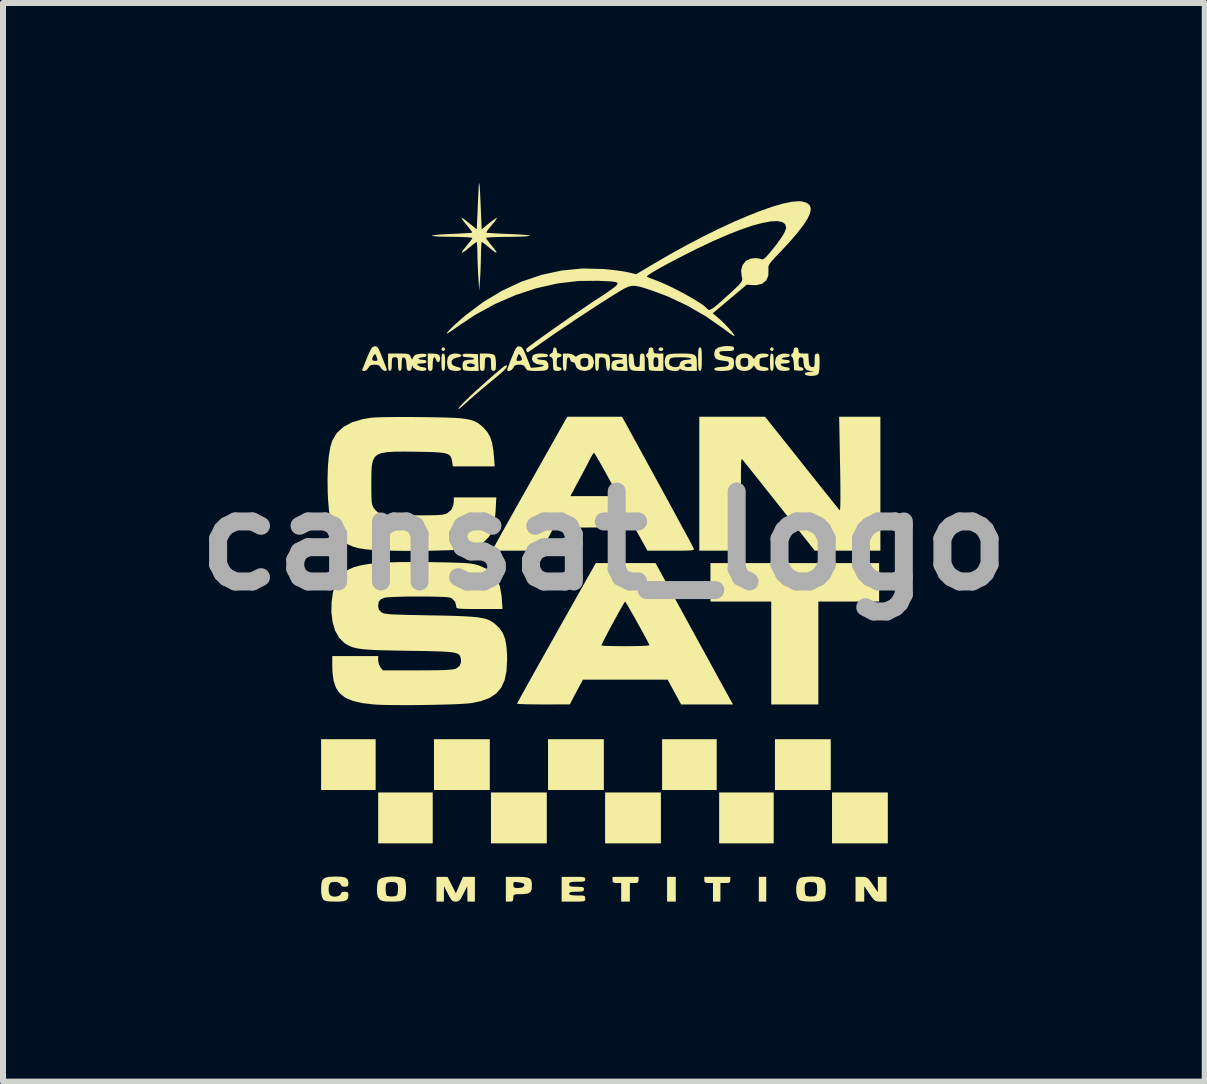
<source format=kicad_pcb>
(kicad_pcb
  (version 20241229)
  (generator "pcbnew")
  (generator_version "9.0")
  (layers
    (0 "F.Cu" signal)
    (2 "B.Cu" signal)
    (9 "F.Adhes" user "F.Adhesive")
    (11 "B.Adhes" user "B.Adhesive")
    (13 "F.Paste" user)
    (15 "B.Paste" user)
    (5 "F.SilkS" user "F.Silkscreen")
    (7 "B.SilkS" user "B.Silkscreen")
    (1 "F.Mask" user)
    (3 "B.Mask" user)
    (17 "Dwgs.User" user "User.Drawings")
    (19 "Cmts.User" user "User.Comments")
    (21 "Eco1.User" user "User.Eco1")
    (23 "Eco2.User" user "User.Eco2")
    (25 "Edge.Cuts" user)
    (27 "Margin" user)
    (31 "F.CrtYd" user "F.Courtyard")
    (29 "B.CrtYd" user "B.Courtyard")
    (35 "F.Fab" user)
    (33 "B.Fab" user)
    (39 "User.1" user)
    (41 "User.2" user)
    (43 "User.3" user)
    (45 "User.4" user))
  (footprint "cansat_logo"
    (layer "F.Cu")
    (at 7.014 5.963)
    (property "Reference" "cansat_logo" (at 0 0 0) (layer "F.Fab") (effects (font (size 1.5 1.5) (thickness 0.3))))
    (attr board_only exclude_from_pos_files exclude_from_bom)
    (fp_poly (pts (xy -3.803 3.73) (xy -3.803 4.154) (xy -4.257 4.154) (xy -4.712 4.154) (xy -4.712 3.73) (xy -4.712 3.307) (xy -4.257 3.307) (xy -3.803 3.307)) (stroke (width 0) (type solid)) (fill yes) (layer "F.SilkS"))
    (fp_poly (pts (xy -2.852 4.619) (xy -2.852 5.043) (xy -3.307 5.043) (xy -3.761 5.043) (xy -3.761 4.619) (xy -3.761 4.195) (xy -3.307 4.195) (xy -2.852 4.195)) (stroke (width 0) (type solid)) (fill yes) (layer "F.SilkS"))
    (fp_poly (pts (xy -2.649 -3.208) (xy -2.645 -3.193) (xy -2.662 -3.166) (xy -2.676 -3.162) (xy -2.704 -3.179) (xy -2.707 -3.193) (xy -2.691 -3.22) (xy -2.676 -3.224)) (stroke (width 0) (type solid)) (fill yes) (layer "F.SilkS"))
    (fp_poly (pts (xy -1.901 3.73) (xy -1.901 4.154) (xy -2.366 4.154) (xy -2.831 4.154) (xy -2.831 3.73) (xy -2.831 3.307) (xy -2.366 3.307) (xy -1.901 3.307)) (stroke (width 0) (type solid)) (fill yes) (layer "F.SilkS"))
    (fp_poly (pts (xy -0.951 4.619) (xy -0.951 5.043) (xy -1.416 5.043) (xy -1.881 5.043) (xy -1.881 4.619) (xy -1.881 4.195) (xy -1.416 4.195) (xy -0.951 4.195)) (stroke (width 0) (type solid)) (fill yes) (layer "F.SilkS"))
    (fp_poly (pts (xy 0 3.73) (xy 0 4.154) (xy -0.465 4.154) (xy -0.93 4.154) (xy -0.93 3.73) (xy -0.93 3.307) (xy -0.465 3.307) (xy 0 3.307)) (stroke (width 0) (type solid)) (fill yes) (layer "F.SilkS"))
    (fp_poly (pts (xy 0.951 4.619) (xy 0.951 5.043) (xy 0.486 5.043) (xy 0.021 5.043) (xy 0.021 4.619) (xy 0.021 4.195) (xy 0.486 4.195) (xy 0.951 4.195)) (stroke (width 0) (type solid)) (fill yes) (layer "F.SilkS"))
    (fp_poly (pts (xy 0.984 -3.211) (xy 0.992 -3.193) (xy 0.975 -3.168) (xy 0.951 -3.162) (xy 0.917 -3.175) (xy 0.909 -3.193) (xy 0.927 -3.218) (xy 0.951 -3.224)) (stroke (width 0) (type solid)) (fill yes) (layer "F.SilkS"))
    (fp_poly (pts (xy 1.199 5.807) (xy 1.199 6.014) (xy 1.126 6.014) (xy 1.054 6.014) (xy 1.054 5.807) (xy 1.054 5.601) (xy 1.126 5.601) (xy 1.199 5.601)) (stroke (width 0) (type solid)) (fill yes) (layer "F.SilkS"))
    (fp_poly (pts (xy 1.881 3.73) (xy 1.881 4.154) (xy 1.426 4.154) (xy 0.971 4.154) (xy 0.971 3.73) (xy 0.971 3.307) (xy 1.426 3.307) (xy 1.881 3.307)) (stroke (width 0) (type solid)) (fill yes) (layer "F.SilkS"))
    (fp_poly (pts (xy 2.707 5.807) (xy 2.707 6.014) (xy 2.645 6.014) (xy 2.583 6.014) (xy 2.583 5.807) (xy 2.583 5.601) (xy 2.645 5.601) (xy 2.707 5.601)) (stroke (width 0) (type solid)) (fill yes) (layer "F.SilkS"))
    (fp_poly (pts (xy 2.828 -3.208) (xy 2.831 -3.193) (xy 2.815 -3.166) (xy 2.8 -3.162) (xy 2.773 -3.179) (xy 2.769 -3.193) (xy 2.786 -3.22) (xy 2.8 -3.224)) (stroke (width 0) (type solid)) (fill yes) (layer "F.SilkS"))
    (fp_poly (pts (xy 2.831 4.619) (xy 2.831 5.043) (xy 2.377 5.043) (xy 1.922 5.043) (xy 1.922 4.619) (xy 1.922 4.195) (xy 2.377 4.195) (xy 2.831 4.195)) (stroke (width 0) (type solid)) (fill yes) (layer "F.SilkS"))
    (fp_poly (pts (xy 3.782 3.73) (xy 3.782 4.154) (xy 3.317 4.154) (xy 2.852 4.154) (xy 2.852 3.73) (xy 2.852 3.307) (xy 3.317 3.307) (xy 3.782 3.307)) (stroke (width 0) (type solid)) (fill yes) (layer "F.SilkS"))
    (fp_poly (pts (xy 4.733 4.619) (xy 4.733 5.043) (xy 4.268 5.043) (xy 3.803 5.043) (xy 3.803 4.619) (xy 3.803 4.195) (xy 4.268 4.195) (xy 4.733 4.195)) (stroke (width 0) (type solid)) (fill yes) (layer "F.SilkS"))
    (fp_poly (pts (xy -2.66 -3.112) (xy -2.65 -3.082) (xy -2.646 -3.021) (xy -2.645 -2.976) (xy -2.647 -2.897) (xy -2.654 -2.852) (xy -2.667 -2.834) (xy -2.676 -2.831) (xy -2.693 -2.84) (xy -2.703 -2.871) (xy -2.707 -2.931) (xy -2.707 -2.976) (xy -2.706 -3.055) (xy -2.699 -3.1) (xy -2.686 -3.119) (xy -2.676 -3.121)) (stroke (width 0) (type solid)) (fill yes) (layer "F.SilkS"))
    (fp_poly (pts (xy 2.817 -3.112) (xy 2.827 -3.082) (xy 2.831 -3.021) (xy 2.831 -2.976) (xy 2.83 -2.897) (xy 2.823 -2.852) (xy 2.81 -2.834) (xy 2.8 -2.831) (xy 2.784 -2.84) (xy 2.774 -2.871) (xy 2.77 -2.931) (xy 2.769 -2.976) (xy 2.771 -3.055) (xy 2.778 -3.1) (xy 2.791 -3.119) (xy 2.8 -3.121)) (stroke (width 0) (type solid)) (fill yes) (layer "F.SilkS"))
    (fp_poly (pts (xy 4.588 0.692) (xy 4.588 1.013) (xy 4.082 1.013) (xy 3.575 1.013) (xy 3.575 1.87) (xy 3.575 2.728) (xy 3.183 2.728) (xy 2.79 2.728) (xy 2.79 1.87) (xy 2.79 1.013) (xy 2.284 1.013) (xy 1.777 1.013) (xy 1.777 0.692) (xy 1.777 0.372) (xy 3.183 0.372) (xy 4.588 0.372)) (stroke (width 0) (type solid)) (fill yes) (layer "F.SilkS"))
    (fp_poly (pts (xy 0.579 5.652) (xy 0.573 5.687) (xy 0.549 5.702) (xy 0.506 5.704) (xy 0.434 5.704) (xy 0.434 5.859) (xy 0.434 6.014) (xy 0.362 6.014) (xy 0.289 6.014) (xy 0.289 5.859) (xy 0.289 5.704) (xy 0.217 5.704) (xy 0.168 5.7) (xy 0.148 5.683) (xy 0.145 5.652) (xy 0.145 5.601) (xy 0.362 5.601) (xy 0.579 5.601)) (stroke (width 0) (type solid)) (fill yes) (layer "F.SilkS"))
    (fp_poly (pts (xy 2.108 5.652) (xy 2.104 5.686) (xy 2.082 5.701) (xy 2.033 5.704) (xy 2.025 5.704) (xy 1.943 5.704) (xy 1.943 5.859) (xy 1.943 6.014) (xy 1.881 6.014) (xy 1.819 6.014) (xy 1.819 5.859) (xy 1.819 5.704) (xy 1.746 5.704) (xy 1.697 5.7) (xy 1.677 5.683) (xy 1.674 5.652) (xy 1.674 5.601) (xy 1.891 5.601) (xy 2.108 5.601)) (stroke (width 0) (type solid)) (fill yes) (layer "F.SilkS"))
    (fp_poly (pts (xy 1.616 -3.217) (xy 1.626 -3.191) (xy 1.631 -3.14) (xy 1.633 -3.056) (xy 1.633 -3.028) (xy 1.632 -2.934) (xy 1.628 -2.875) (xy 1.619 -2.843) (xy 1.606 -2.832) (xy 1.602 -2.831) (xy 1.587 -2.838) (xy 1.578 -2.864) (xy 1.573 -2.915) (xy 1.571 -2.999) (xy 1.571 -3.028) (xy 1.572 -3.121) (xy 1.576 -3.181) (xy 1.584 -3.212) (xy 1.597 -3.224) (xy 1.602 -3.224)) (stroke (width 0) (type solid)) (fill yes) (layer "F.SilkS"))
    (fp_poly (pts (xy -2.789 -3.115) (xy -2.746 -3.096) (xy -2.729 -3.058) (xy -2.728 -3.036) (xy -2.738 -2.991) (xy -2.762 -2.976) (xy -2.787 -2.994) (xy -2.796 -3.017) (xy -2.813 -3.056) (xy -2.83 -3.058) (xy -2.844 -3.028) (xy -2.852 -2.969) (xy -2.852 -2.945) (xy -2.854 -2.879) (xy -2.862 -2.845) (xy -2.879 -2.833) (xy -2.893 -2.831) (xy -2.915 -2.835) (xy -2.928 -2.853) (xy -2.933 -2.893) (xy -2.935 -2.965) (xy -2.935 -2.976) (xy -2.935 -3.121) (xy -2.864 -3.121)) (stroke (width 0) (type solid)) (fill yes) (layer "F.SilkS"))
    (fp_poly (pts (xy -2.407 -3.113) (xy -2.376 -3.096) (xy -2.378 -3.076) (xy -2.415 -3.059) (xy -2.442 -3.055) (xy -2.504 -3.035) (xy -2.536 -2.999) (xy -2.537 -2.956) (xy -2.507 -2.919) (xy -2.447 -2.898) (xy -2.442 -2.897) (xy -2.393 -2.884) (xy -2.377 -2.861) (xy -2.394 -2.841) (xy -2.438 -2.831) (xy -2.493 -2.832) (xy -2.546 -2.842) (xy -2.584 -2.863) (xy -2.586 -2.865) (xy -2.604 -2.908) (xy -2.613 -2.968) (xy -2.613 -2.976) (xy -2.603 -3.053) (xy -2.569 -3.099) (xy -2.505 -3.119) (xy -2.467 -3.121)) (stroke (width 0) (type solid)) (fill yes) (layer "F.SilkS"))
    (fp_poly (pts (xy 4.712 5.807) (xy 4.712 6.014) (xy 4.614 6.014) (xy 4.563 6.012) (xy 4.527 6.002) (xy 4.497 5.978) (xy 4.461 5.932) (xy 4.428 5.885) (xy 4.34 5.757) (xy 4.34 5.886) (xy 4.34 6.014) (xy 4.268 6.014) (xy 4.195 6.014) (xy 4.195 5.807) (xy 4.195 5.601) (xy 4.294 5.601) (xy 4.345 5.603) (xy 4.38 5.613) (xy 4.411 5.637) (xy 4.447 5.683) (xy 4.48 5.73) (xy 4.567 5.858) (xy 4.567 5.729) (xy 4.567 5.601) (xy 4.64 5.601) (xy 4.712 5.601)) (stroke (width 0) (type solid)) (fill yes) (layer "F.SilkS"))
    (fp_poly (pts (xy -1.613 -2.91) (xy -1.632 -2.877) (xy -1.669 -2.835) (xy -1.707 -2.801) (xy -1.768 -2.748) (xy -1.846 -2.683) (xy -1.932 -2.612) (xy -1.949 -2.597) (xy -2.044 -2.519) (xy -2.139 -2.437) (xy -2.225 -2.363) (xy -2.29 -2.305) (xy -2.292 -2.303) (xy -2.363 -2.239) (xy -2.409 -2.203) (xy -2.428 -2.195) (xy -2.419 -2.213) (xy -2.381 -2.258) (xy -2.335 -2.307) (xy -2.282 -2.359) (xy -2.21 -2.427) (xy -2.124 -2.506) (xy -2.031 -2.59) (xy -1.936 -2.675) (xy -1.846 -2.754) (xy -1.765 -2.823) (xy -1.701 -2.877) (xy -1.658 -2.91) (xy -1.648 -2.916) (xy -1.618 -2.926)) (stroke (width 0) (type solid)) (fill yes) (layer "F.SilkS"))
    (fp_poly (pts (xy 0.018 -3.116) (xy 0.066 -3.103) (xy 0.079 -3.096) (xy 0.094 -3.062) (xy 0.103 -3.006) (xy 0.104 -2.943) (xy 0.099 -2.884) (xy 0.087 -2.843) (xy 0.073 -2.831) (xy 0.054 -2.845) (xy 0.042 -2.891) (xy 0.037 -2.94) (xy 0.032 -3.004) (xy 0.021 -3.037) (xy -0.001 -3.051) (xy -0.026 -3.055) (xy -0.058 -3.057) (xy -0.075 -3.046) (xy -0.082 -3.013) (xy -0.083 -2.949) (xy -0.083 -2.946) (xy -0.085 -2.877) (xy -0.095 -2.842) (xy -0.113 -2.831) (xy -0.114 -2.831) (xy -0.131 -2.84) (xy -0.14 -2.871) (xy -0.144 -2.931) (xy -0.145 -2.976) (xy -0.145 -3.121) (xy -0.045 -3.121)) (stroke (width 0) (type solid)) (fill yes) (layer "F.SilkS"))
    (fp_poly (pts (xy -2.535 5.738) (xy -2.466 5.875) (xy -2.407 5.738) (xy -2.347 5.601) (xy -2.248 5.601) (xy -2.149 5.601) (xy -2.149 5.807) (xy -2.149 6.014) (xy -2.211 6.014) (xy -2.273 6.014) (xy -2.275 5.885) (xy -2.276 5.756) (xy -2.341 5.885) (xy -2.377 5.954) (xy -2.405 5.992) (xy -2.433 6.01) (xy -2.468 6.014) (xy -2.47 6.014) (xy -2.505 6.01) (xy -2.533 5.994) (xy -2.56 5.956) (xy -2.596 5.889) (xy -2.598 5.885) (xy -2.664 5.756) (xy -2.665 5.885) (xy -2.666 6.014) (xy -2.728 6.014) (xy -2.79 6.014) (xy -2.79 5.807) (xy -2.79 5.601) (xy -2.697 5.601) (xy -2.605 5.601)) (stroke (width 0) (type solid)) (fill yes) (layer "F.SilkS"))
    (fp_poly (pts (xy -1.89 -3.116) (xy -1.839 -3.105) (xy -1.823 -3.096) (xy -1.809 -3.063) (xy -1.8 -3.003) (xy -1.798 -2.951) (xy -1.8 -2.883) (xy -1.807 -2.847) (xy -1.822 -2.833) (xy -1.839 -2.831) (xy -1.863 -2.836) (xy -1.876 -2.858) (xy -1.88 -2.905) (xy -1.881 -2.945) (xy -1.882 -3.01) (xy -1.889 -3.044) (xy -1.907 -3.057) (xy -1.932 -3.059) (xy -1.962 -3.056) (xy -1.977 -3.04) (xy -1.983 -3.002) (xy -1.984 -2.945) (xy -1.986 -2.879) (xy -1.994 -2.845) (xy -2.011 -2.833) (xy -2.025 -2.831) (xy -2.047 -2.835) (xy -2.06 -2.853) (xy -2.065 -2.893) (xy -2.067 -2.965) (xy -2.067 -2.976) (xy -2.067 -3.121) (xy -1.957 -3.121)) (stroke (width 0) (type solid)) (fill yes) (layer "F.SilkS"))
    (fp_poly (pts (xy -0.791 -3.206) (xy -0.785 -3.172) (xy -0.776 -3.132) (xy -0.744 -3.121) (xy -0.71 -3.108) (xy -0.703 -3.09) (xy -0.72 -3.065) (xy -0.744 -3.059) (xy -0.771 -3.052) (xy -0.783 -3.024) (xy -0.785 -2.976) (xy -0.782 -2.922) (xy -0.768 -2.898) (xy -0.744 -2.893) (xy -0.71 -2.88) (xy -0.703 -2.862) (xy -0.72 -2.842) (xy -0.76 -2.831) (xy -0.805 -2.832) (xy -0.834 -2.845) (xy -0.842 -2.872) (xy -0.847 -2.926) (xy -0.847 -2.959) (xy -0.851 -3.023) (xy -0.863 -3.053) (xy -0.878 -3.059) (xy -0.906 -3.075) (xy -0.909 -3.09) (xy -0.893 -3.117) (xy -0.878 -3.121) (xy -0.853 -3.139) (xy -0.847 -3.172) (xy -0.837 -3.214) (xy -0.816 -3.224)) (stroke (width 0) (type solid)) (fill yes) (layer "F.SilkS"))
    (fp_poly (pts (xy 0.662 -3.117) (xy 0.675 -3.099) (xy 0.681 -3.059) (xy 0.682 -2.988) (xy 0.682 -2.976) (xy 0.682 -2.831) (xy 0.569 -2.831) (xy 0.499 -2.835) (xy 0.458 -2.846) (xy 0.436 -2.87) (xy 0.435 -2.871) (xy 0.422 -2.915) (xy 0.414 -2.981) (xy 0.413 -3.016) (xy 0.416 -3.079) (xy 0.425 -3.11) (xy 0.445 -3.12) (xy 0.454 -3.121) (xy 0.478 -3.114) (xy 0.491 -3.089) (xy 0.499 -3.035) (xy 0.5 -3.012) (xy 0.506 -2.948) (xy 0.518 -2.914) (xy 0.54 -2.9) (xy 0.553 -2.897) (xy 0.579 -2.897) (xy 0.593 -2.911) (xy 0.599 -2.949) (xy 0.599 -3.006) (xy 0.601 -3.072) (xy 0.609 -3.107) (xy 0.626 -3.119) (xy 0.641 -3.121)) (stroke (width 0) (type solid)) (fill yes) (layer "F.SilkS"))
    (fp_poly (pts (xy 3.069 -3.117) (xy 3.097 -3.102) (xy 3.1 -3.09) (xy 3.082 -3.065) (xy 3.039 -3.059) (xy 2.992 -3.052) (xy 2.966 -3.038) (xy 2.974 -3.024) (xy 3.017 -3.018) (xy 3.027 -3.017) (xy 3.081 -3.011) (xy 3.1 -2.99) (xy 3.1 -2.986) (xy 3.087 -2.965) (xy 3.043 -2.956) (xy 3.015 -2.955) (xy 2.963 -2.953) (xy 2.945 -2.945) (xy 2.954 -2.926) (xy 2.955 -2.924) (xy 2.994 -2.901) (xy 3.041 -2.893) (xy 3.088 -2.884) (xy 3.1 -2.862) (xy 3.088 -2.842) (xy 3.046 -2.833) (xy 3.008 -2.831) (xy 2.942 -2.837) (xy 2.901 -2.857) (xy 2.884 -2.877) (xy 2.859 -2.933) (xy 2.852 -2.976) (xy 2.868 -3.052) (xy 2.914 -3.1) (xy 2.99 -3.12) (xy 3.008 -3.121)) (stroke (width 0) (type solid)) (fill yes) (layer "F.SilkS"))
    (fp_poly (pts (xy 0.253 -3.117) (xy 0.382 -3.11) (xy 0.388 -2.971) (xy 0.395 -2.831) (xy 0.285 -2.833) (xy 0.218 -2.836) (xy 0.167 -2.841) (xy 0.15 -2.845) (xy 0.13 -2.872) (xy 0.125 -2.919) (xy 0.126 -2.924) (xy 0.207 -2.924) (xy 0.225 -2.9) (xy 0.269 -2.893) (xy 0.318 -2.903) (xy 0.331 -2.924) (xy 0.312 -2.949) (xy 0.269 -2.955) (xy 0.219 -2.946) (xy 0.207 -2.924) (xy 0.126 -2.924) (xy 0.134 -2.968) (xy 0.149 -2.993) (xy 0.185 -3.009) (xy 0.241 -3.017) (xy 0.253 -3.017) (xy 0.304 -3.022) (xy 0.322 -3.034) (xy 0.32 -3.038) (xy 0.294 -3.051) (xy 0.241 -3.058) (xy 0.216 -3.059) (xy 0.156 -3.063) (xy 0.128 -3.076) (xy 0.124 -3.091) (xy 0.131 -3.108) (xy 0.159 -3.117) (xy 0.215 -3.118)) (stroke (width 0) (type solid)) (fill yes) (layer "F.SilkS"))
    (fp_poly (pts (xy -2.227 -3.117) (xy -2.098 -3.11) (xy -2.092 -2.971) (xy -2.086 -2.831) (xy -2.207 -2.831) (xy -2.275 -2.834) (xy -2.324 -2.839) (xy -2.342 -2.845) (xy -2.352 -2.874) (xy -2.355 -2.911) (xy -2.282 -2.911) (xy -2.246 -2.896) (xy -2.208 -2.893) (xy -2.161 -2.903) (xy -2.149 -2.924) (xy -2.167 -2.945) (xy -2.206 -2.955) (xy -2.25 -2.954) (xy -2.281 -2.94) (xy -2.282 -2.938) (xy -2.282 -2.911) (xy -2.355 -2.911) (xy -2.356 -2.924) (xy -2.356 -2.926) (xy -2.349 -2.976) (xy -2.321 -3.004) (xy -2.265 -3.016) (xy -2.219 -3.017) (xy -2.173 -3.022) (xy -2.159 -3.036) (xy -2.16 -3.038) (xy -2.186 -3.051) (xy -2.239 -3.058) (xy -2.264 -3.059) (xy -2.325 -3.063) (xy -2.352 -3.076) (xy -2.356 -3.091) (xy -2.349 -3.108) (xy -2.321 -3.117) (xy -2.265 -3.118)) (stroke (width 0) (type solid)) (fill yes) (layer "F.SilkS"))
    (fp_poly (pts (xy -1.348 5.603) (xy -1.276 5.612) (xy -1.231 5.631) (xy -1.208 5.664) (xy -1.199 5.714) (xy -1.199 5.745) (xy -1.204 5.814) (xy -1.225 5.857) (xy -1.269 5.88) (xy -1.343 5.889) (xy -1.394 5.89) (xy -1.459 5.891) (xy -1.493 5.898) (xy -1.507 5.916) (xy -1.509 5.95) (xy -1.509 5.952) (xy -1.514 5.996) (xy -1.538 6.012) (xy -1.571 6.014) (xy -1.633 6.014) (xy -1.633 5.807) (xy -1.633 5.733) (xy -1.509 5.733) (xy -1.505 5.767) (xy -1.485 5.783) (xy -1.437 5.787) (xy -1.425 5.787) (xy -1.359 5.779) (xy -1.33 5.755) (xy -1.323 5.728) (xy -1.334 5.712) (xy -1.372 5.701) (xy -1.422 5.692) (xy -1.476 5.685) (xy -1.501 5.691) (xy -1.508 5.715) (xy -1.509 5.733) (xy -1.633 5.733) (xy -1.633 5.601) (xy -1.456 5.601)) (stroke (width 0) (type solid)) (fill yes) (layer "F.SilkS"))
    (fp_poly (pts (xy 0.818 -3.212) (xy 0.827 -3.172) (xy 0.831 -3.139) (xy 0.852 -3.124) (xy 0.902 -3.121) (xy 0.909 -3.121) (xy 0.992 -3.121) (xy 0.992 -2.976) (xy 0.992 -2.831) (xy 0.882 -2.831) (xy 0.817 -2.834) (xy 0.771 -2.84) (xy 0.758 -2.845) (xy 0.75 -2.872) (xy 0.745 -2.926) (xy 0.744 -2.959) (xy 0.743 -2.976) (xy 0.827 -2.976) (xy 0.83 -2.922) (xy 0.844 -2.898) (xy 0.868 -2.893) (xy 0.895 -2.9) (xy 0.907 -2.928) (xy 0.909 -2.976) (xy 0.906 -3.03) (xy 0.892 -3.054) (xy 0.868 -3.059) (xy 0.841 -3.052) (xy 0.829 -3.024) (xy 0.827 -2.976) (xy 0.743 -2.976) (xy 0.74 -3.017) (xy 0.73 -3.053) (xy 0.723 -3.059) (xy 0.705 -3.075) (xy 0.703 -3.09) (xy 0.714 -3.117) (xy 0.723 -3.121) (xy 0.739 -3.138) (xy 0.744 -3.172) (xy 0.754 -3.213) (xy 0.785 -3.224)) (stroke (width 0) (type solid)) (fill yes) (layer "F.SilkS"))
    (fp_poly (pts (xy -3.796 -3.24) (xy -3.775 -3.228) (xy -3.754 -3.198) (xy -3.728 -3.142) (xy -3.693 -3.054) (xy -3.661 -2.971) (xy -3.635 -2.903) (xy -3.62 -2.859) (xy -3.617 -2.847) (xy -3.63 -2.829) (xy -3.661 -2.834) (xy -3.695 -2.855) (xy -3.716 -2.883) (xy -3.741 -2.918) (xy -3.781 -2.933) (xy -3.82 -2.935) (xy -3.877 -2.929) (xy -3.909 -2.908) (xy -3.923 -2.883) (xy -3.956 -2.842) (xy -3.988 -2.831) (xy -4.022 -2.834) (xy -4.03 -2.838) (xy -4.023 -2.859) (xy -4.003 -2.909) (xy -3.975 -2.981) (xy -3.952 -3.038) (xy -3.862 -3.038) (xy -3.853 -3.007) (xy -3.814 -2.997) (xy -3.781 -3) (xy -3.773 -3.018) (xy -3.786 -3.061) (xy -3.786 -3.062) (xy -3.803 -3.104) (xy -3.817 -3.111) (xy -3.837 -3.089) (xy -3.862 -3.038) (xy -3.952 -3.038) (xy -3.951 -3.04) (xy -3.913 -3.13) (xy -3.885 -3.188) (xy -3.861 -3.222) (xy -3.837 -3.237) (xy -3.821 -3.241)) (stroke (width 0) (type solid)) (fill yes) (layer "F.SilkS"))
    (fp_poly (pts (xy 3.57 5.601) (xy 3.637 5.62) (xy 3.676 5.658) (xy 3.695 5.722) (xy 3.699 5.81) (xy 3.694 5.897) (xy 3.675 5.956) (xy 3.634 5.992) (xy 3.566 6.009) (xy 3.465 6.014) (xy 3.455 6.014) (xy 3.36 6.01) (xy 3.29 6) (xy 3.258 5.988) (xy 3.226 5.943) (xy 3.209 5.874) (xy 3.206 5.806) (xy 3.348 5.806) (xy 3.353 5.874) (xy 3.367 5.913) (xy 3.374 5.918) (xy 3.435 5.929) (xy 3.503 5.925) (xy 3.522 5.919) (xy 3.544 5.896) (xy 3.554 5.843) (xy 3.555 5.806) (xy 3.552 5.744) (xy 3.542 5.712) (xy 3.517 5.696) (xy 3.503 5.692) (xy 3.441 5.687) (xy 3.4 5.692) (xy 3.369 5.704) (xy 3.353 5.729) (xy 3.348 5.778) (xy 3.348 5.806) (xy 3.206 5.806) (xy 3.205 5.793) (xy 3.215 5.715) (xy 3.238 5.652) (xy 3.269 5.619) (xy 3.311 5.608) (xy 3.379 5.6) (xy 3.461 5.596) (xy 3.469 5.596)) (stroke (width 0) (type solid)) (fill yes) (layer "F.SilkS"))
    (fp_poly (pts (xy -4.377 5.599) (xy -4.311 5.612) (xy -4.274 5.639) (xy -4.259 5.682) (xy -4.257 5.707) (xy -4.263 5.749) (xy -4.288 5.764) (xy -4.319 5.766) (xy -4.367 5.758) (xy -4.381 5.737) (xy -4.399 5.707) (xy -4.442 5.688) (xy -4.496 5.684) (xy -4.545 5.695) (xy -4.563 5.708) (xy -4.582 5.749) (xy -4.587 5.809) (xy -4.581 5.869) (xy -4.563 5.907) (xy -4.522 5.928) (xy -4.469 5.931) (xy -4.418 5.919) (xy -4.386 5.894) (xy -4.381 5.878) (xy -4.363 5.855) (xy -4.319 5.849) (xy -4.275 5.854) (xy -4.259 5.878) (xy -4.257 5.907) (xy -4.263 5.955) (xy -4.285 5.987) (xy -4.329 6.005) (xy -4.402 6.013) (xy -4.475 6.014) (xy -4.565 6.012) (xy -4.622 6.006) (xy -4.658 5.993) (xy -4.678 5.976) (xy -4.7 5.935) (xy -4.71 5.866) (xy -4.712 5.804) (xy -4.708 5.715) (xy -4.691 5.656) (xy -4.654 5.62) (xy -4.591 5.602) (xy -4.495 5.597) (xy -4.477 5.596)) (stroke (width 0) (type solid)) (fill yes) (layer "F.SilkS"))
    (fp_poly (pts (xy -3.467 5.597) (xy -3.388 5.609) (xy -3.331 5.632) (xy -3.321 5.64) (xy -3.308 5.674) (xy -3.299 5.739) (xy -3.296 5.81) (xy -3.3 5.897) (xy -3.314 5.956) (xy -3.346 5.99) (xy -3.403 6.008) (xy -3.492 6.014) (xy -3.538 6.014) (xy -3.625 6.012) (xy -3.681 6.005) (xy -3.718 5.991) (xy -3.741 5.973) (xy -3.767 5.935) (xy -3.779 5.881) (xy -3.782 5.811) (xy -3.782 5.806) (xy -3.637 5.806) (xy -3.632 5.874) (xy -3.618 5.913) (xy -3.612 5.918) (xy -3.55 5.929) (xy -3.483 5.925) (xy -3.463 5.919) (xy -3.442 5.896) (xy -3.432 5.843) (xy -3.431 5.806) (xy -3.433 5.744) (xy -3.444 5.712) (xy -3.468 5.696) (xy -3.482 5.692) (xy -3.545 5.687) (xy -3.586 5.692) (xy -3.617 5.704) (xy -3.632 5.729) (xy -3.637 5.778) (xy -3.637 5.806) (xy -3.782 5.806) (xy -3.777 5.737) (xy -3.765 5.677) (xy -3.755 5.654) (xy -3.712 5.625) (xy -3.642 5.606) (xy -3.556 5.596)) (stroke (width 0) (type solid)) (fill yes) (layer "F.SilkS"))
    (fp_poly (pts (xy -0.415 5.601) (xy -0.357 5.604) (xy -0.326 5.611) (xy -0.313 5.624) (xy -0.31 5.642) (xy -0.314 5.665) (xy -0.333 5.677) (xy -0.375 5.682) (xy -0.444 5.683) (xy -0.517 5.685) (xy -0.558 5.691) (xy -0.575 5.704) (xy -0.579 5.725) (xy -0.574 5.748) (xy -0.554 5.76) (xy -0.51 5.765) (xy -0.455 5.766) (xy -0.385 5.768) (xy -0.348 5.774) (xy -0.333 5.789) (xy -0.331 5.807) (xy -0.335 5.831) (xy -0.355 5.843) (xy -0.4 5.848) (xy -0.455 5.849) (xy -0.527 5.851) (xy -0.565 5.86) (xy -0.578 5.876) (xy -0.579 5.88) (xy -0.57 5.897) (xy -0.538 5.907) (xy -0.475 5.911) (xy -0.444 5.911) (xy -0.372 5.912) (xy -0.332 5.917) (xy -0.314 5.93) (xy -0.31 5.954) (xy -0.31 5.962) (xy -0.311 5.986) (xy -0.321 6.002) (xy -0.346 6.01) (xy -0.394 6.013) (xy -0.473 6.014) (xy -0.506 6.014) (xy -0.703 6.014) (xy -0.703 5.807) (xy -0.703 5.601) (xy -0.506 5.601)) (stroke (width 0) (type solid)) (fill yes) (layer "F.SilkS"))
    (fp_poly (pts (xy 2.118 -3.243) (xy 2.154 -3.236) (xy 2.168 -3.22) (xy 2.17 -3.203) (xy 2.166 -3.18) (xy 2.146 -3.168) (xy 2.102 -3.163) (xy 2.045 -3.162) (xy 1.975 -3.161) (xy 1.938 -3.154) (xy 1.925 -3.14) (xy 1.926 -3.126) (xy 1.947 -3.099) (xy 2 -3.081) (xy 2.03 -3.076) (xy 2.104 -3.063) (xy 2.146 -3.046) (xy 2.165 -3.016) (xy 2.17 -2.966) (xy 2.17 -2.955) (xy 2.163 -2.897) (xy 2.138 -2.86) (xy 2.089 -2.84) (xy 2.008 -2.832) (xy 1.965 -2.831) (xy 1.892 -2.834) (xy 1.852 -2.843) (xy 1.839 -2.859) (xy 1.839 -2.861) (xy 1.852 -2.88) (xy 1.895 -2.892) (xy 1.958 -2.898) (xy 2.027 -2.903) (xy 2.064 -2.913) (xy 2.08 -2.932) (xy 2.083 -2.948) (xy 2.082 -2.974) (xy 2.063 -2.989) (xy 2.016 -2.998) (xy 1.983 -3.002) (xy 1.906 -3.015) (xy 1.861 -3.042) (xy 1.842 -3.088) (xy 1.84 -3.125) (xy 1.856 -3.184) (xy 1.908 -3.223) (xy 1.995 -3.242) (xy 2.051 -3.245)) (stroke (width 0) (type solid)) (fill yes) (layer "F.SilkS"))
    (fp_poly (pts (xy 3.3 -1.297) (xy 3.423 -1.142) (xy 3.54 -0.996) (xy 3.645 -0.863) (xy 3.739 -0.747) (xy 3.817 -0.649) (xy 3.877 -0.575) (xy 3.916 -0.526) (xy 3.932 -0.506) (xy 3.937 -0.521) (xy 3.941 -0.575) (xy 3.943 -0.667) (xy 3.943 -0.796) (xy 3.942 -0.96) (xy 3.939 -1.158) (xy 3.937 -1.276) (xy 3.922 -2.067) (xy 4.266 -2.067) (xy 4.609 -2.067) (xy 4.609 -0.951) (xy 4.609 0.165) (xy 4.063 0.165) (xy 3.516 0.165) (xy 2.922 -0.584) (xy 2.801 -0.737) (xy 2.686 -0.881) (xy 2.582 -1.013) (xy 2.49 -1.128) (xy 2.414 -1.224) (xy 2.355 -1.297) (xy 2.317 -1.344) (xy 2.303 -1.361) (xy 2.297 -1.36) (xy 2.292 -1.339) (xy 2.288 -1.296) (xy 2.286 -1.226) (xy 2.285 -1.128) (xy 2.285 -0.997) (xy 2.287 -0.832) (xy 2.289 -0.628) (xy 2.289 -0.612) (xy 2.3 0.165) (xy 1.946 0.165) (xy 1.591 0.165) (xy 1.591 -0.951) (xy 1.591 -2.067) (xy 2.139 -2.067) (xy 2.687 -2.067)) (stroke (width 0) (type solid)) (fill yes) (layer "F.SilkS"))
    (fp_poly (pts (xy -0.539 -3.112) (xy -0.497 -3.091) (xy -0.496 -3.089) (xy -0.472 -3.068) (xy -0.447 -3.079) (xy -0.435 -3.089) (xy -0.392 -3.11) (xy -0.329 -3.12) (xy -0.315 -3.121) (xy -0.236 -3.105) (xy -0.186 -3.06) (xy -0.166 -2.987) (xy -0.165 -2.976) (xy -0.181 -2.9) (xy -0.228 -2.852) (xy -0.303 -2.832) (xy -0.318 -2.831) (xy -0.398 -2.844) (xy -0.452 -2.88) (xy -0.475 -2.934) (xy -0.475 -2.942) (xy -0.492 -2.97) (xy -0.517 -2.976) (xy -0.551 -2.991) (xy -0.554 -3) (xy -0.389 -3) (xy -0.388 -2.935) (xy -0.362 -2.902) (xy -0.315 -2.897) (xy -0.277 -2.907) (xy -0.261 -2.933) (xy -0.258 -2.976) (xy -0.262 -3.025) (xy -0.279 -3.045) (xy -0.32 -3.048) (xy -0.367 -3.041) (xy -0.387 -3.014) (xy -0.389 -3) (xy -0.554 -3) (xy -0.558 -3.017) (xy -0.571 -3.051) (xy -0.589 -3.059) (xy -0.608 -3.049) (xy -0.617 -3.013) (xy -0.62 -2.945) (xy -0.623 -2.877) (xy -0.633 -2.841) (xy -0.651 -2.831) (xy -0.668 -2.84) (xy -0.678 -2.871) (xy -0.682 -2.931) (xy -0.682 -2.976) (xy -0.682 -3.121) (xy -0.602 -3.121)) (stroke (width 0) (type solid)) (fill yes) (layer "F.SilkS"))
    (fp_poly (pts (xy 2.419 -3.109) (xy 2.467 -3.077) (xy 2.469 -3.075) (xy 2.501 -3.029) (xy 2.533 -3.075) (xy 2.566 -3.106) (xy 2.616 -3.119) (xy 2.657 -3.121) (xy 2.719 -3.116) (xy 2.746 -3.101) (xy 2.749 -3.091) (xy 2.729 -3.067) (xy 2.672 -3.055) (xy 2.671 -3.055) (xy 2.62 -3.048) (xy 2.599 -3.029) (xy 2.594 -2.987) (xy 2.594 -2.976) (xy 2.597 -2.928) (xy 2.615 -2.907) (xy 2.659 -2.898) (xy 2.671 -2.897) (xy 2.729 -2.885) (xy 2.749 -2.861) (xy 2.749 -2.861) (xy 2.735 -2.841) (xy 2.689 -2.832) (xy 2.657 -2.831) (xy 2.591 -2.837) (xy 2.55 -2.857) (xy 2.533 -2.877) (xy 2.501 -2.923) (xy 2.469 -2.877) (xy 2.423 -2.844) (xy 2.357 -2.83) (xy 2.288 -2.835) (xy 2.233 -2.862) (xy 2.225 -2.869) (xy 2.198 -2.924) (xy 2.192 -2.993) (xy 2.194 -3) (xy 2.277 -3) (xy 2.278 -2.935) (xy 2.304 -2.902) (xy 2.351 -2.897) (xy 2.389 -2.907) (xy 2.405 -2.933) (xy 2.408 -2.976) (xy 2.404 -3.025) (xy 2.387 -3.045) (xy 2.346 -3.048) (xy 2.299 -3.041) (xy 2.279 -3.014) (xy 2.277 -3) (xy 2.194 -3) (xy 2.207 -3.057) (xy 2.229 -3.087) (xy 2.284 -3.115) (xy 2.353 -3.122)) (stroke (width 0) (type solid)) (fill yes) (layer "F.SilkS"))
    (fp_poly (pts (xy 0.895 -0.987) (xy 1.002 -0.791) (xy 1.103 -0.606) (xy 1.196 -0.434) (xy 1.28 -0.279) (xy 1.353 -0.144) (xy 1.414 -0.033) (xy 1.459 0.052) (xy 1.488 0.108) (xy 1.499 0.129) (xy 1.502 0.142) (xy 1.494 0.151) (xy 1.471 0.157) (xy 1.428 0.162) (xy 1.359 0.164) (xy 1.259 0.165) (xy 1.123 0.165) (xy 1.12 0.165) (xy 0.726 0.165) (xy 0.618 -0.031) (xy 0.509 -0.228) (xy -0.164 -0.222) (xy -0.837 -0.217) (xy -0.939 -0.026) (xy -1.042 0.165) (xy -1.451 0.165) (xy -1.861 0.165) (xy -1.814 0.075) (xy -1.795 0.041) (xy -1.758 -0.026) (xy -1.705 -0.122) (xy -1.637 -0.243) (xy -1.557 -0.386) (xy -1.467 -0.547) (xy -1.368 -0.722) (xy -1.356 -0.744) (xy -0.558 -0.744) (xy -0.157 -0.744) (xy 0.245 -0.744) (xy 0.046 -1.106) (xy -0.015 -1.216) (xy -0.07 -1.313) (xy -0.115 -1.39) (xy -0.147 -1.443) (xy -0.164 -1.467) (xy -0.165 -1.467) (xy -0.179 -1.45) (xy -0.207 -1.406) (xy -0.24 -1.343) (xy -0.243 -1.338) (xy -0.279 -1.267) (xy -0.328 -1.173) (xy -0.384 -1.068) (xy -0.433 -0.977) (xy -0.558 -0.744) (xy -1.356 -0.744) (xy -1.263 -0.908) (xy -1.188 -1.041) (xy -0.61 -2.067) (xy -0.153 -2.067) (xy 0.304 -2.067)) (stroke (width 0) (type solid)) (fill yes) (layer "F.SilkS"))
    (fp_poly (pts (xy 1.399 -3.119) (xy 1.472 -3.112) (xy 1.516 -3.094) (xy 1.54 -3.06) (xy 1.549 -3.005) (xy 1.55 -2.936) (xy 1.55 -2.831) (xy 1.43 -2.831) (xy 1.361 -2.835) (xy 1.307 -2.846) (xy 1.286 -2.856) (xy 1.265 -2.871) (xy 1.261 -2.856) (xy 1.243 -2.838) (xy 1.2 -2.83) (xy 1.144 -2.833) (xy 1.09 -2.845) (xy 1.05 -2.866) (xy 1.047 -2.869) (xy 1.021 -2.922) (xy 1.017 -2.962) (xy 1.083 -2.962) (xy 1.107 -2.919) (xy 1.161 -2.896) (xy 1.189 -2.893) (xy 1.239 -2.899) (xy 1.259 -2.918) (xy 1.26 -2.924) (xy 1.343 -2.924) (xy 1.362 -2.9) (xy 1.405 -2.893) (xy 1.455 -2.903) (xy 1.467 -2.924) (xy 1.449 -2.949) (xy 1.405 -2.955) (xy 1.356 -2.946) (xy 1.343 -2.924) (xy 1.26 -2.924) (xy 1.261 -2.931) (xy 1.278 -2.982) (xy 1.328 -3.011) (xy 1.39 -3.017) (xy 1.44 -3.022) (xy 1.458 -3.034) (xy 1.457 -3.038) (xy 1.432 -3.048) (xy 1.376 -3.055) (xy 1.301 -3.059) (xy 1.281 -3.059) (xy 1.197 -3.057) (xy 1.145 -3.052) (xy 1.115 -3.041) (xy 1.097 -3.021) (xy 1.095 -3.017) (xy 1.083 -2.962) (xy 1.017 -2.962) (xy 1.014 -2.99) (xy 1.025 -3.054) (xy 1.045 -3.088) (xy 1.07 -3.104) (xy 1.114 -3.114) (xy 1.183 -3.119) (xy 1.285 -3.121) (xy 1.292 -3.121)) (stroke (width 0) (type solid)) (fill yes) (layer "F.SilkS"))
    (fp_poly (pts (xy 3.236 -3.212) (xy 3.245 -3.172) (xy 3.249 -3.139) (xy 3.271 -3.124) (xy 3.321 -3.121) (xy 3.326 -3.121) (xy 3.408 -3.121) (xy 3.414 -3.012) (xy 3.42 -2.948) (xy 3.432 -2.914) (xy 3.454 -2.9) (xy 3.467 -2.897) (xy 3.493 -2.897) (xy 3.507 -2.911) (xy 3.513 -2.949) (xy 3.513 -3.006) (xy 3.515 -3.072) (xy 3.523 -3.107) (xy 3.54 -3.119) (xy 3.555 -3.121) (xy 3.576 -3.117) (xy 3.588 -3.101) (xy 3.594 -3.064) (xy 3.596 -2.997) (xy 3.596 -2.96) (xy 3.593 -2.869) (xy 3.584 -2.804) (xy 3.571 -2.774) (xy 3.536 -2.757) (xy 3.482 -2.749) (xy 3.423 -2.749) (xy 3.375 -2.758) (xy 3.349 -2.775) (xy 3.348 -2.78) (xy 3.362 -2.802) (xy 3.409 -2.812) (xy 3.436 -2.814) (xy 3.488 -2.816) (xy 3.5 -2.819) (xy 3.475 -2.823) (xy 3.451 -2.826) (xy 3.382 -2.846) (xy 3.342 -2.891) (xy 3.328 -2.966) (xy 3.327 -2.98) (xy 3.324 -3.033) (xy 3.308 -3.055) (xy 3.286 -3.059) (xy 3.259 -3.052) (xy 3.247 -3.024) (xy 3.245 -2.976) (xy 3.248 -2.922) (xy 3.262 -2.898) (xy 3.286 -2.893) (xy 3.32 -2.88) (xy 3.327 -2.861) (xy 3.317 -2.84) (xy 3.28 -2.834) (xy 3.25 -2.835) (xy 3.172 -2.842) (xy 3.166 -2.95) (xy 3.159 -3.011) (xy 3.148 -3.05) (xy 3.14 -3.059) (xy 3.123 -3.076) (xy 3.121 -3.09) (xy 3.132 -3.117) (xy 3.141 -3.121) (xy 3.157 -3.138) (xy 3.162 -3.172) (xy 3.172 -3.213) (xy 3.203 -3.224)) (stroke (width 0) (type solid)) (fill yes) (layer "F.SilkS"))
    (fp_poly (pts (xy 1.447 1.442) (xy 1.555 1.639) (xy 1.659 1.828) (xy 1.756 2.005) (xy 1.844 2.167) (xy 1.923 2.311) (xy 1.989 2.431) (xy 2.041 2.526) (xy 2.077 2.591) (xy 2.093 2.62) (xy 2.153 2.728) (xy 1.721 2.728) (xy 1.288 2.728) (xy 1.176 2.522) (xy 1.064 2.315) (xy 0.357 2.315) (xy -0.349 2.315) (xy -0.459 2.521) (xy -0.568 2.727) (xy -1.008 2.728) (xy -1.137 2.727) (xy -1.252 2.726) (xy -1.345 2.723) (xy -1.411 2.72) (xy -1.444 2.717) (xy -1.447 2.715) (xy -1.437 2.695) (xy -1.408 2.643) (xy -1.363 2.56) (xy -1.302 2.451) (xy -1.228 2.317) (xy -1.142 2.163) (xy -1.046 1.991) (xy -0.941 1.805) (xy -0.907 1.745) (xy -0.041 1.745) (xy -0.022 1.748) (xy 0.033 1.752) (xy 0.117 1.754) (xy 0.223 1.756) (xy 0.345 1.757) (xy 0.363 1.757) (xy 0.487 1.756) (xy 0.595 1.754) (xy 0.68 1.75) (xy 0.738 1.746) (xy 0.761 1.741) (xy 0.761 1.74) (xy 0.743 1.703) (xy 0.71 1.64) (xy 0.666 1.559) (xy 0.615 1.465) (xy 0.56 1.366) (xy 0.505 1.267) (xy 0.453 1.177) (xy 0.409 1.1) (xy 0.376 1.044) (xy 0.357 1.015) (xy 0.355 1.013) (xy 0.342 1.03) (xy 0.314 1.078) (xy 0.274 1.148) (xy 0.225 1.235) (xy 0.172 1.332) (xy 0.118 1.432) (xy 0.067 1.528) (xy 0.022 1.615) (xy -0.014 1.684) (xy -0.036 1.73) (xy -0.041 1.745) (xy -0.907 1.745) (xy -0.829 1.606) (xy -0.791 1.537) (xy -0.134 0.372) (xy 0.364 0.372) (xy 0.862 0.372)) (stroke (width 0) (type solid)) (fill yes) (layer "F.SilkS"))
    (fp_poly (pts (xy -3.334 -3.12) (xy -3.28 -3.116) (xy -3.249 -3.107) (xy -3.231 -3.09) (xy -3.22 -3.069) (xy -3.197 -3.018) (xy -3.174 -3.064) (xy -3.149 -3.095) (xy -3.105 -3.111) (xy -3.053 -3.117) (xy -2.992 -3.118) (xy -2.962 -3.109) (xy -2.955 -3.091) (xy -2.973 -3.066) (xy -3.016 -3.059) (xy -3.064 -3.052) (xy -3.09 -3.038) (xy -3.081 -3.024) (xy -3.039 -3.018) (xy -3.029 -3.017) (xy -2.975 -3.011) (xy -2.956 -2.99) (xy -2.955 -2.986) (xy -2.969 -2.965) (xy -3.013 -2.956) (xy -3.041 -2.955) (xy -3.093 -2.953) (xy -3.111 -2.945) (xy -3.102 -2.926) (xy -3.1 -2.924) (xy -3.061 -2.901) (xy -3.015 -2.893) (xy -2.968 -2.884) (xy -2.955 -2.862) (xy -2.97 -2.84) (xy -3.017 -2.832) (xy -3.034 -2.831) (xy -3.118 -2.845) (xy -3.174 -2.885) (xy -3.189 -2.914) (xy -3.197 -2.92) (xy -3.202 -2.89) (xy -3.202 -2.888) (xy -3.212 -2.845) (xy -3.242 -2.831) (xy -3.244 -2.831) (xy -3.268 -2.838) (xy -3.282 -2.863) (xy -3.289 -2.917) (xy -3.29 -2.94) (xy -3.297 -3.007) (xy -3.312 -3.043) (xy -3.333 -3.055) (xy -3.353 -3.053) (xy -3.364 -3.032) (xy -3.368 -2.982) (xy -3.369 -2.947) (xy -3.371 -2.878) (xy -3.381 -2.842) (xy -3.4 -2.831) (xy -3.4 -2.831) (xy -3.418 -2.842) (xy -3.428 -2.877) (xy -3.431 -2.945) (xy -3.432 -3.01) (xy -3.439 -3.044) (xy -3.457 -3.057) (xy -3.482 -3.059) (xy -3.512 -3.056) (xy -3.527 -3.04) (xy -3.533 -3.002) (xy -3.534 -2.945) (xy -3.537 -2.877) (xy -3.547 -2.841) (xy -3.565 -2.831) (xy -3.582 -2.84) (xy -3.592 -2.871) (xy -3.596 -2.931) (xy -3.596 -2.976) (xy -3.596 -3.121) (xy -3.42 -3.121)) (stroke (width 0) (type solid)) (fill yes) (layer "F.SilkS"))
    (fp_poly (pts (xy -1.379 -3.232) (xy -1.355 -3.209) (xy -1.33 -3.163) (xy -1.297 -3.088) (xy -1.286 -3.059) (xy -1.216 -2.883) (xy -1.12 -2.89) (xy -1.056 -2.899) (xy -1.014 -2.911) (xy -1 -2.923) (xy -1.018 -2.932) (xy -1.059 -2.935) (xy -1.127 -2.948) (xy -1.176 -2.981) (xy -1.199 -3.026) (xy -1.19 -3.075) (xy -1.174 -3.096) (xy -1.139 -3.112) (xy -1.084 -3.121) (xy -1.023 -3.121) (xy -0.969 -3.114) (xy -0.935 -3.1) (xy -0.93 -3.09) (xy -0.942 -3.069) (xy -0.984 -3.06) (xy -1.023 -3.059) (xy -1.078 -3.055) (xy -1.112 -3.044) (xy -1.116 -3.038) (xy -1.098 -3.024) (xy -1.054 -3.017) (xy -1.049 -3.017) (xy -0.995 -3.012) (xy -0.96 -3.002) (xy -0.96 -3.002) (xy -0.927 -2.957) (xy -0.921 -2.9) (xy -0.931 -2.871) (xy -0.947 -2.851) (xy -0.976 -2.839) (xy -1.026 -2.833) (xy -1.107 -2.831) (xy -1.117 -2.831) (xy -1.2 -2.832) (xy -1.251 -2.837) (xy -1.28 -2.847) (xy -1.297 -2.866) (xy -1.306 -2.883) (xy -1.33 -2.918) (xy -1.37 -2.933) (xy -1.409 -2.935) (xy -1.465 -2.93) (xy -1.495 -2.91) (xy -1.509 -2.883) (xy -1.532 -2.852) (xy -1.567 -2.832) (xy -1.598 -2.829) (xy -1.612 -2.847) (xy -1.605 -2.872) (xy -1.585 -2.925) (xy -1.557 -3) (xy -1.549 -3.018) (xy -1.455 -3.018) (xy -1.448 -3) (xy -1.415 -2.997) (xy -1.415 -2.997) (xy -1.376 -3.006) (xy -1.364 -3.024) (xy -1.375 -3.061) (xy -1.392 -3.089) (xy -1.412 -3.111) (xy -1.426 -3.104) (xy -1.443 -3.062) (xy -1.455 -3.018) (xy -1.549 -3.018) (xy -1.535 -3.054) (xy -1.498 -3.142) (xy -1.472 -3.198) (xy -1.45 -3.228) (xy -1.43 -3.24) (xy -1.406 -3.24)) (stroke (width 0) (type solid)) (fill yes) (layer "F.SilkS"))
    (fp_poly (pts (xy -3.23 -2.063) (xy -3.034 -2.061) (xy -3.03 -2.061) (xy -2.818 -2.058) (xy -2.643 -2.054) (xy -2.499 -2.049) (xy -2.384 -2.041) (xy -2.292 -2.029) (xy -2.218 -2.014) (xy -2.158 -1.994) (xy -2.109 -1.969) (xy -2.064 -1.937) (xy -2.02 -1.898) (xy -2.002 -1.882) (xy -1.94 -1.81) (xy -1.894 -1.729) (xy -1.862 -1.63) (xy -1.841 -1.504) (xy -1.831 -1.4) (xy -1.819 -1.24) (xy -2.168 -1.24) (xy -2.516 -1.24) (xy -2.529 -1.322) (xy -2.538 -1.368) (xy -2.553 -1.403) (xy -2.577 -1.43) (xy -2.616 -1.45) (xy -2.674 -1.464) (xy -2.756 -1.473) (xy -2.867 -1.479) (xy -3.011 -1.482) (xy -3.13 -1.484) (xy -3.325 -1.486) (xy -3.483 -1.485) (xy -3.607 -1.478) (xy -3.702 -1.462) (xy -3.771 -1.435) (xy -3.819 -1.394) (xy -3.849 -1.336) (xy -3.866 -1.258) (xy -3.873 -1.157) (xy -3.875 -1.031) (xy -3.875 -0.961) (xy -3.875 -0.83) (xy -3.873 -0.733) (xy -3.87 -0.665) (xy -3.864 -0.617) (xy -3.855 -0.584) (xy -3.842 -0.558) (xy -3.832 -0.544) (xy -3.804 -0.508) (xy -3.774 -0.48) (xy -3.738 -0.46) (xy -3.69 -0.444) (xy -3.625 -0.434) (xy -3.538 -0.428) (xy -3.423 -0.425) (xy -3.275 -0.424) (xy -3.172 -0.424) (xy -3.013 -0.424) (xy -2.89 -0.425) (xy -2.797 -0.427) (xy -2.729 -0.431) (xy -2.68 -0.437) (xy -2.645 -0.445) (xy -2.617 -0.456) (xy -2.608 -0.461) (xy -2.541 -0.518) (xy -2.507 -0.599) (xy -2.501 -0.663) (xy -2.501 -0.723) (xy -2.146 -0.723) (xy -1.792 -0.723) (xy -1.804 -0.501) (xy -1.817 -0.351) (xy -1.837 -0.234) (xy -1.868 -0.143) (xy -1.913 -0.069) (xy -1.973 -0.005) (xy -1.975 -0.003) (xy -2.028 0.04) (xy -2.083 0.075) (xy -2.144 0.102) (xy -2.217 0.123) (xy -2.308 0.138) (xy -2.421 0.149) (xy -2.563 0.157) (xy -2.739 0.162) (xy -2.811 0.164) (xy -2.978 0.167) (xy -3.156 0.168) (xy -3.333 0.168) (xy -3.497 0.166) (xy -3.635 0.163) (xy -3.668 0.162) (xy -3.839 0.154) (xy -3.976 0.141) (xy -4.086 0.124) (xy -4.176 0.099) (xy -4.254 0.066) (xy -4.327 0.023) (xy -4.334 0.018) (xy -4.41 -0.046) (xy -4.471 -0.124) (xy -4.519 -0.222) (xy -4.554 -0.345) (xy -4.58 -0.496) (xy -4.596 -0.68) (xy -4.602 -0.806) (xy -4.605 -1.033) (xy -4.599 -1.237) (xy -4.584 -1.414) (xy -4.559 -1.56) (xy -4.526 -1.669) (xy -4.524 -1.675) (xy -4.449 -1.798) (xy -4.34 -1.898) (xy -4.198 -1.974) (xy -4.021 -2.027) (xy -3.889 -2.049) (xy -3.818 -2.055) (xy -3.712 -2.059) (xy -3.574 -2.062) (xy -3.412 -2.063)) (stroke (width 0) (type solid)) (fill yes) (layer "F.SilkS"))
    (fp_poly (pts (xy -2.074 -5.946) (xy -2.068 -5.89) (xy -2.062 -5.794) (xy -2.056 -5.658) (xy -2.051 -5.545) (xy -2.036 -5.19) (xy -1.913 -5.292) (xy -1.854 -5.338) (xy -1.807 -5.371) (xy -1.783 -5.384) (xy -1.781 -5.384) (xy -1.789 -5.365) (xy -1.818 -5.323) (xy -1.863 -5.268) (xy -1.87 -5.259) (xy -1.916 -5.203) (xy -1.948 -5.159) (xy -1.96 -5.136) (xy -1.96 -5.135) (xy -1.937 -5.132) (xy -1.88 -5.128) (xy -1.794 -5.123) (xy -1.687 -5.117) (xy -1.564 -5.112) (xy -1.549 -5.112) (xy -1.409 -5.105) (xy -1.31 -5.098) (xy -1.25 -5.091) (xy -1.231 -5.085) (xy -1.25 -5.079) (xy -1.307 -5.073) (xy -1.402 -5.069) (xy -1.533 -5.066) (xy -1.648 -5.065) (xy -1.757 -5.063) (xy -1.85 -5.06) (xy -1.919 -5.055) (xy -1.958 -5.05) (xy -1.963 -5.047) (xy -1.951 -5.024) (xy -1.918 -4.979) (xy -1.872 -4.923) (xy -1.87 -4.92) (xy -1.825 -4.864) (xy -1.795 -4.822) (xy -1.786 -4.8) (xy -1.786 -4.8) (xy -1.806 -4.807) (xy -1.848 -4.835) (xy -1.903 -4.88) (xy -1.909 -4.885) (xy -1.966 -4.932) (xy -2.01 -4.966) (xy -2.033 -4.981) (xy -2.034 -4.981) (xy -2.039 -4.962) (xy -2.043 -4.909) (xy -2.047 -4.833) (xy -2.048 -4.759) (xy -2.051 -4.64) (xy -2.055 -4.511) (xy -2.061 -4.393) (xy -2.064 -4.35) (xy -2.077 -4.164) (xy -2.093 -4.421) (xy -2.099 -4.538) (xy -2.104 -4.657) (xy -2.107 -4.763) (xy -2.108 -4.829) (xy -2.11 -4.902) (xy -2.114 -4.956) (xy -2.119 -4.98) (xy -2.12 -4.981) (xy -2.141 -4.968) (xy -2.184 -4.935) (xy -2.24 -4.889) (xy -2.245 -4.885) (xy -2.301 -4.839) (xy -2.345 -4.809) (xy -2.367 -4.799) (xy -2.368 -4.8) (xy -2.361 -4.819) (xy -2.332 -4.861) (xy -2.288 -4.916) (xy -2.285 -4.92) (xy -2.238 -4.977) (xy -2.204 -5.022) (xy -2.191 -5.046) (xy -2.191 -5.047) (xy -2.21 -5.053) (xy -2.264 -5.058) (xy -2.345 -5.062) (xy -2.446 -5.065) (xy -2.506 -5.066) (xy -2.653 -5.068) (xy -2.762 -5.071) (xy -2.833 -5.077) (xy -2.864 -5.083) (xy -2.855 -5.09) (xy -2.807 -5.097) (xy -2.718 -5.105) (xy -2.588 -5.112) (xy -2.563 -5.113) (xy -2.445 -5.118) (xy -2.343 -5.124) (xy -2.262 -5.129) (xy -2.21 -5.133) (xy -2.194 -5.136) (xy -2.202 -5.154) (xy -2.232 -5.195) (xy -2.277 -5.251) (xy -2.284 -5.259) (xy -2.331 -5.316) (xy -2.362 -5.36) (xy -2.374 -5.383) (xy -2.373 -5.384) (xy -2.354 -5.376) (xy -2.312 -5.347) (xy -2.255 -5.303) (xy -2.241 -5.291) (xy -2.118 -5.19) (xy -2.105 -5.473) (xy -2.1 -5.59) (xy -2.095 -5.704) (xy -2.09 -5.804) (xy -2.087 -5.875) (xy -2.087 -5.88) (xy -2.083 -5.94) (xy -2.079 -5.963)) (stroke (width 0) (type solid)) (fill yes) (layer "F.SilkS"))
    (fp_poly (pts (xy -2.889 0.356) (xy -2.701 0.359) (xy -2.55 0.362) (xy -2.43 0.366) (xy -2.336 0.37) (xy -2.263 0.375) (xy -2.206 0.382) (xy -2.16 0.39) (xy -2.119 0.4) (xy -2.092 0.408) (xy -1.958 0.465) (xy -1.855 0.54) (xy -1.781 0.637) (xy -1.732 0.761) (xy -1.705 0.917) (xy -1.701 0.96) (xy -1.689 1.137) (xy -2.074 1.137) (xy -2.209 1.137) (xy -2.308 1.136) (xy -2.377 1.133) (xy -2.421 1.129) (xy -2.445 1.122) (xy -2.457 1.113) (xy -2.459 1.099) (xy -2.459 1.094) (xy -2.478 1.018) (xy -2.53 0.963) (xy -2.559 0.948) (xy -2.597 0.942) (xy -2.67 0.936) (xy -2.769 0.933) (xy -2.888 0.93) (xy -3.019 0.929) (xy -3.155 0.929) (xy -3.288 0.93) (xy -3.412 0.933) (xy -3.518 0.937) (xy -3.601 0.942) (xy -3.652 0.949) (xy -3.657 0.95) (xy -3.72 0.977) (xy -3.752 1.017) (xy -3.761 1.083) (xy -3.761 1.09) (xy -3.749 1.15) (xy -3.706 1.193) (xy -3.706 1.193) (xy -3.687 1.203) (xy -3.662 1.211) (xy -3.626 1.217) (xy -3.575 1.223) (xy -3.505 1.228) (xy -3.41 1.231) (xy -3.289 1.235) (xy -3.135 1.238) (xy -2.945 1.242) (xy -2.894 1.243) (xy -2.671 1.247) (xy -2.485 1.252) (xy -2.332 1.258) (xy -2.207 1.266) (xy -2.107 1.275) (xy -2.028 1.288) (xy -1.964 1.303) (xy -1.912 1.323) (xy -1.868 1.347) (xy -1.828 1.375) (xy -1.819 1.382) (xy -1.741 1.455) (xy -1.684 1.537) (xy -1.646 1.635) (xy -1.623 1.757) (xy -1.613 1.908) (xy -1.612 1.979) (xy -1.622 2.168) (xy -1.654 2.323) (xy -1.711 2.449) (xy -1.795 2.547) (xy -1.908 2.621) (xy -2.054 2.674) (xy -2.213 2.706) (xy -2.283 2.713) (xy -2.388 2.72) (xy -2.52 2.726) (xy -2.674 2.73) (xy -2.841 2.734) (xy -3.017 2.737) (xy -3.193 2.739) (xy -3.363 2.739) (xy -3.521 2.738) (xy -3.659 2.736) (xy -3.771 2.732) (xy -3.836 2.728) (xy -4.029 2.705) (xy -4.185 2.668) (xy -4.308 2.616) (xy -4.4 2.545) (xy -4.464 2.452) (xy -4.504 2.334) (xy -4.523 2.189) (xy -4.526 2.094) (xy -4.526 1.922) (xy -4.144 1.922) (xy -3.761 1.922) (xy -3.761 1.992) (xy -3.75 2.057) (xy -3.722 2.111) (xy -3.682 2.16) (xy -3.107 2.16) (xy -2.924 2.159) (xy -2.778 2.158) (xy -2.664 2.155) (xy -2.579 2.15) (xy -2.519 2.144) (xy -2.479 2.136) (xy -2.464 2.131) (xy -2.404 2.087) (xy -2.379 2.022) (xy -2.385 1.953) (xy -2.394 1.927) (xy -2.407 1.904) (xy -2.429 1.887) (xy -2.463 1.872) (xy -2.514 1.861) (xy -2.584 1.853) (xy -2.679 1.847) (xy -2.802 1.842) (xy -2.956 1.838) (xy -3.146 1.835) (xy -3.255 1.834) (xy -3.476 1.83) (xy -3.659 1.826) (xy -3.81 1.821) (xy -3.933 1.814) (xy -4.031 1.805) (xy -4.11 1.793) (xy -4.174 1.778) (xy -4.227 1.759) (xy -4.274 1.735) (xy -4.319 1.707) (xy -4.326 1.702) (xy -4.411 1.618) (xy -4.477 1.502) (xy -4.52 1.359) (xy -4.541 1.195) (xy -4.537 1.023) (xy -4.517 0.871) (xy -4.487 0.752) (xy -4.442 0.656) (xy -4.38 0.575) (xy -4.376 0.57) (xy -4.318 0.519) (xy -4.248 0.476) (xy -4.164 0.44) (xy -4.061 0.411) (xy -3.936 0.389) (xy -3.787 0.372) (xy -3.61 0.361) (xy -3.401 0.355) (xy -3.158 0.354)) (stroke (width 0) (type solid)) (fill yes) (layer "F.SilkS"))
    (fp_poly (pts (xy 3.301 -5.656) (xy 3.38 -5.633) (xy 3.43 -5.594) (xy 3.45 -5.538) (xy 3.439 -5.464) (xy 3.397 -5.371) (xy 3.324 -5.258) (xy 3.219 -5.123) (xy 3.082 -4.965) (xy 2.934 -4.806) (xy 2.855 -4.723) (xy 2.8 -4.663) (xy 2.766 -4.62) (xy 2.748 -4.587) (xy 2.742 -4.558) (xy 2.743 -4.527) (xy 2.744 -4.52) (xy 2.741 -4.417) (xy 2.705 -4.337) (xy 2.639 -4.284) (xy 2.545 -4.261) (xy 2.491 -4.261) (xy 2.381 -4.268) (xy 2.148 -4.071) (xy 2.061 -3.998) (xy 1.982 -3.931) (xy 1.917 -3.877) (xy 1.874 -3.841) (xy 1.865 -3.833) (xy 1.815 -3.792) (xy 1.917 -3.705) (xy 1.973 -3.655) (xy 2.032 -3.596) (xy 2.088 -3.536) (xy 2.135 -3.48) (xy 2.168 -3.437) (xy 2.179 -3.413) (xy 2.176 -3.41) (xy 2.153 -3.422) (xy 2.105 -3.454) (xy 2.041 -3.501) (xy 1.994 -3.536) (xy 1.7 -3.741) (xy 1.386 -3.922) (xy 1.064 -4.073) (xy 0.827 -4.162) (xy 0.7 -4.204) (xy 0.603 -4.233) (xy 0.529 -4.248) (xy 0.468 -4.249) (xy 0.413 -4.236) (xy 0.353 -4.21) (xy 0.282 -4.169) (xy 0.255 -4.153) (xy 0.15 -4.089) (xy 0.02 -4.006) (xy -0.13 -3.91) (xy -0.292 -3.804) (xy -0.458 -3.695) (xy -0.62 -3.586) (xy -0.772 -3.484) (xy -0.906 -3.392) (xy -1.015 -3.315) (xy -1.016 -3.315) (xy -1.103 -3.253) (xy -1.177 -3.201) (xy -1.233 -3.163) (xy -1.264 -3.143) (xy -1.268 -3.141) (xy -1.287 -3.156) (xy -1.293 -3.164) (xy -1.294 -3.195) (xy -1.289 -3.203) (xy -1.251 -3.235) (xy -1.183 -3.286) (xy -1.091 -3.353) (xy -0.979 -3.433) (xy -0.852 -3.523) (xy -0.715 -3.619) (xy -0.574 -3.717) (xy -0.432 -3.814) (xy -0.294 -3.907) (xy -0.203 -3.969) (xy -0.052 -4.068) (xy 0.065 -4.146) (xy 0.15 -4.206) (xy 0.205 -4.25) (xy 0.229 -4.281) (xy 0.223 -4.301) (xy 0.189 -4.314) (xy 0.128 -4.322) (xy 0.04 -4.327) (xy -0.074 -4.332) (xy -0.082 -4.333) (xy -0.422 -4.33) (xy -0.769 -4.289) (xy -1.118 -4.211) (xy -1.466 -4.097) (xy -1.808 -3.949) (xy -2.14 -3.768) (xy -2.413 -3.587) (xy -2.49 -3.533) (xy -2.554 -3.489) (xy -2.6 -3.46) (xy -2.618 -3.451) (xy -2.615 -3.464) (xy -2.587 -3.498) (xy -2.538 -3.549) (xy -2.472 -3.611) (xy -2.396 -3.68) (xy -2.315 -3.75) (xy -2.013 -3.977) (xy -1.699 -4.166) (xy -1.375 -4.318) (xy -1.121 -4.404) (xy 0.716 -4.404) (xy 0.716 -4.403) (xy 0.744 -4.389) (xy 0.798 -4.367) (xy 0.868 -4.341) (xy 0.963 -4.303) (xy 1.074 -4.253) (xy 1.194 -4.194) (xy 1.317 -4.13) (xy 1.434 -4.065) (xy 1.541 -4.002) (xy 1.63 -3.945) (xy 1.694 -3.897) (xy 1.726 -3.864) (xy 1.743 -3.848) (xy 1.77 -3.85) (xy 1.809 -3.87) (xy 1.866 -3.913) (xy 1.945 -3.981) (xy 2.008 -4.038) (xy 2.114 -4.133) (xy 2.192 -4.206) (xy 2.247 -4.26) (xy 2.282 -4.3) (xy 2.301 -4.331) (xy 2.307 -4.357) (xy 2.304 -4.383) (xy 2.297 -4.41) (xy 2.288 -4.507) (xy 2.312 -4.594) (xy 2.366 -4.663) (xy 2.375 -4.67) (xy 2.446 -4.701) (xy 2.529 -4.712) (xy 2.604 -4.701) (xy 2.623 -4.693) (xy 2.644 -4.689) (xy 2.672 -4.702) (xy 2.711 -4.738) (xy 2.767 -4.801) (xy 2.784 -4.822) (xy 2.881 -4.943) (xy 2.957 -5.05) (xy 3.01 -5.137) (xy 3.036 -5.202) (xy 3.038 -5.221) (xy 3.021 -5.278) (xy 2.97 -5.314) (xy 2.888 -5.328) (xy 2.776 -5.322) (xy 2.635 -5.296) (xy 2.468 -5.25) (xy 2.275 -5.184) (xy 2.06 -5.099) (xy 1.823 -4.996) (xy 1.566 -4.874) (xy 1.559 -4.871) (xy 1.388 -4.785) (xy 1.229 -4.704) (xy 1.084 -4.628) (xy 0.959 -4.56) (xy 0.855 -4.501) (xy 0.778 -4.454) (xy 0.73 -4.421) (xy 0.716 -4.404) (xy -1.121 -4.404) (xy -1.043 -4.431) (xy -0.704 -4.504) (xy -0.36 -4.538) (xy -0.013 -4.53) (xy 0.014 -4.528) (xy 0.129 -4.516) (xy 0.243 -4.502) (xy 0.342 -4.487) (xy 0.409 -4.474) (xy 0.54 -4.443) (xy 0.817 -4.608) (xy 1.097 -4.771) (xy 1.374 -4.924) (xy 1.646 -5.066) (xy 1.908 -5.196) (xy 2.159 -5.313) (xy 2.396 -5.414) (xy 2.614 -5.5) (xy 2.812 -5.569) (xy 2.986 -5.62) (xy 3.133 -5.65) (xy 3.251 -5.66)) (stroke (width 0) (type solid)) (fill yes) (layer "F.SilkS")))
  (gr_rect
    (start -3 -3)
    (end 17.029 14.977)
    (stroke (width 0.1) (type default))
    (fill no)
    (layer "Edge.Cuts")))
</source>
